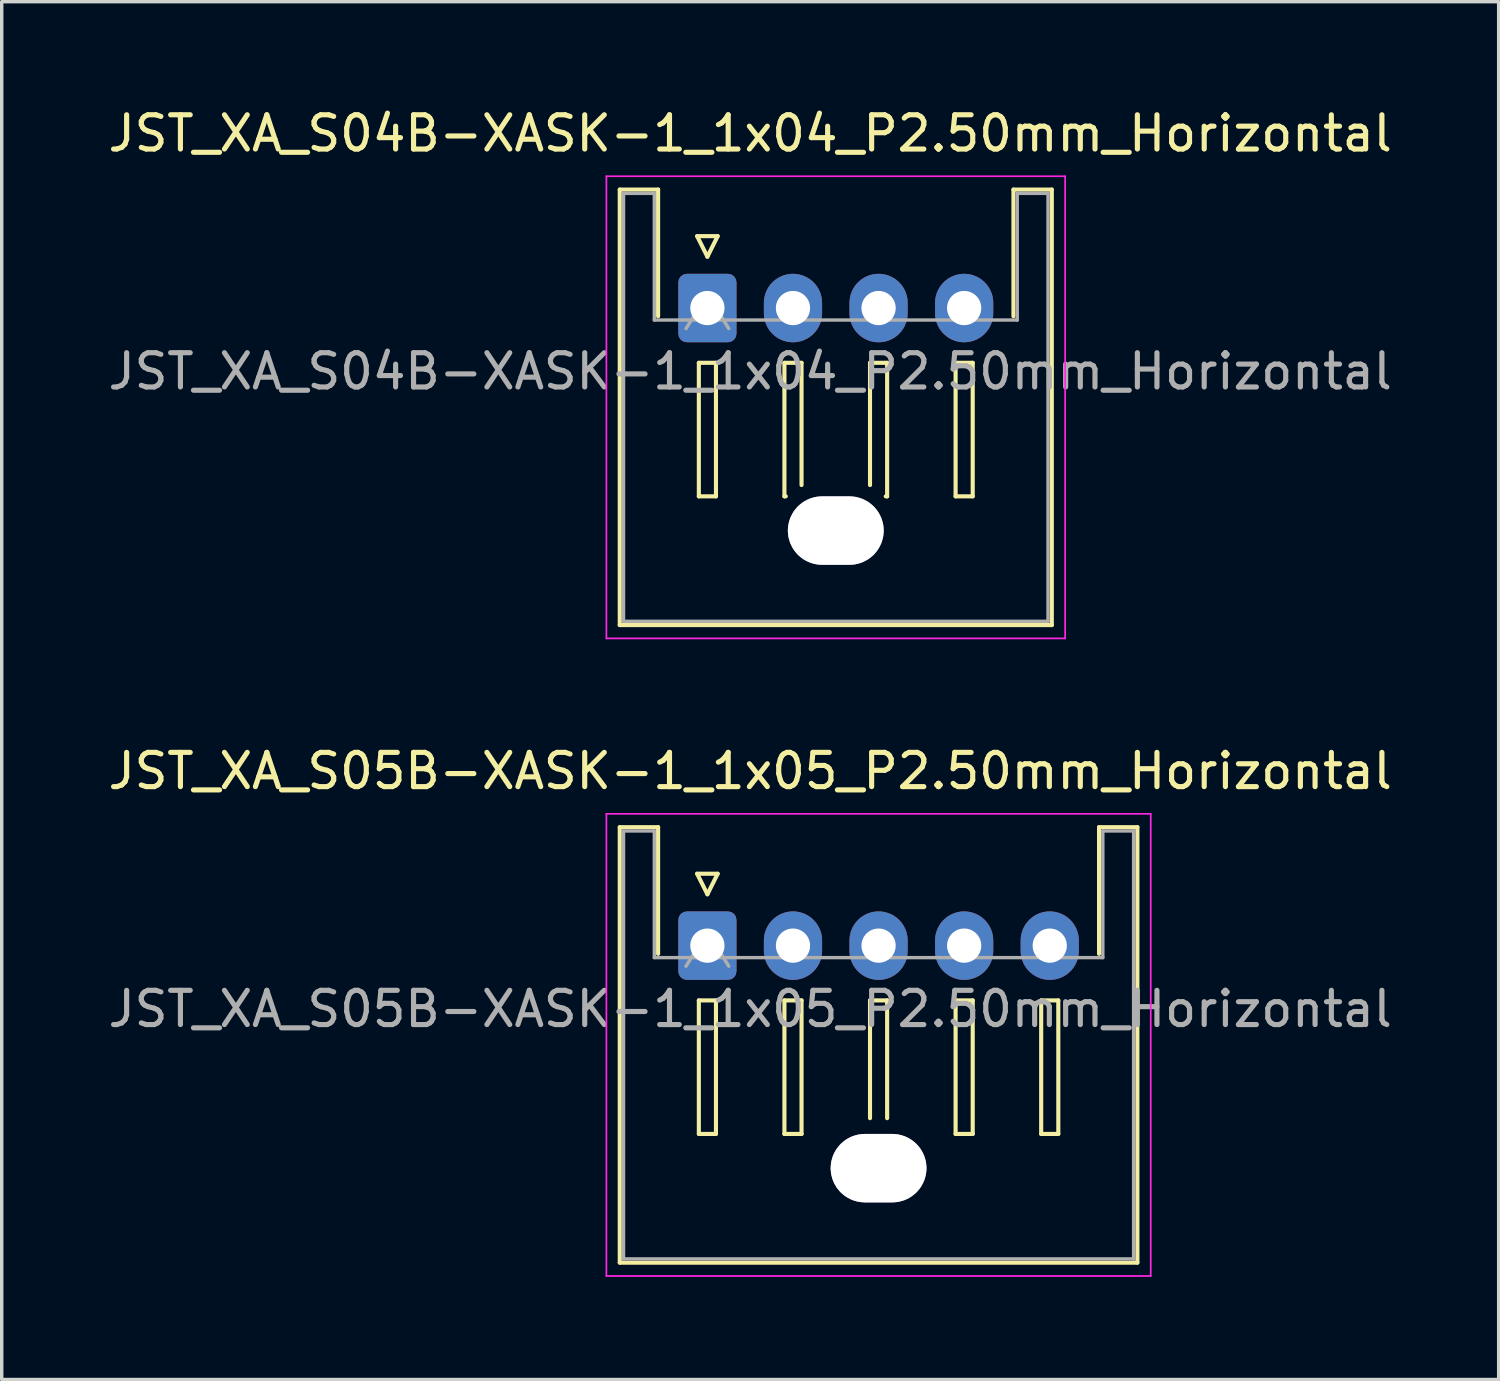
<source format=kicad_pcb>
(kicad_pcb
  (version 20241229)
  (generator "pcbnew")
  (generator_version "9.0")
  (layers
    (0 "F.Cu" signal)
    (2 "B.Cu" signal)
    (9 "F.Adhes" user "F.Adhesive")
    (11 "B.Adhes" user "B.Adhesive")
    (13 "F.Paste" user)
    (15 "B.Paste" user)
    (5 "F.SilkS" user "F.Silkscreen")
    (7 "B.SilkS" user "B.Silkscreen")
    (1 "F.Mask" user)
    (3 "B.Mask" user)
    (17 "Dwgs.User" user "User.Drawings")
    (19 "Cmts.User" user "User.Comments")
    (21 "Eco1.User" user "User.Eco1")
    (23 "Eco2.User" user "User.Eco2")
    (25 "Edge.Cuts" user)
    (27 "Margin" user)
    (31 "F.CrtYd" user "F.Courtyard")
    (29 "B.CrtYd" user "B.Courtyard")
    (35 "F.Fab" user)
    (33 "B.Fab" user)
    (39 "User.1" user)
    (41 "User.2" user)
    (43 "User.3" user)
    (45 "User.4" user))
  (footprint "JST_XA_S04B-XASK-1_1x04_P2.50mm_Horizontal"
    (layer "F.Cu")
    (at 17.613 5.948)
    (property "Reference" "JST_XA_S04B-XASK-1_1x04_P2.50mm_Horizontal" (at 1.25 -5.1 0) (layer "F.SilkS") (effects (font (size 1 1) (thickness 0.15))))
    (attr through_hole)
    (fp_line (start -2.56 -3.46) (end -1.44 -3.46) (stroke (width 0.12) (type solid)) (layer "F.SilkS"))
    (fp_line (start -2.56 9.26) (end -2.56 -3.46) (stroke (width 0.12) (type solid)) (layer "F.SilkS"))
    (fp_line (start -1.44 -3.46) (end -1.44 0.24) (stroke (width 0.12) (type solid)) (layer "F.SilkS"))
    (fp_line (start -0.3 -2.1) (end 0.3 -2.1) (stroke (width 0.12) (type solid)) (layer "F.SilkS"))
    (fp_line (start -0.25 1.6) (end -0.25 5.5) (stroke (width 0.12) (type solid)) (layer "F.SilkS"))
    (fp_line (start -0.25 5.5) (end 0.25 5.5) (stroke (width 0.12) (type solid)) (layer "F.SilkS"))
    (fp_line (start 0 -1.5) (end -0.3 -2.1) (stroke (width 0.12) (type solid)) (layer "F.SilkS"))
    (fp_line (start 0.25 1.6) (end -0.25 1.6) (stroke (width 0.12) (type solid)) (layer "F.SilkS"))
    (fp_line (start 0.25 5.5) (end 0.25 1.6) (stroke (width 0.12) (type solid)) (layer "F.SilkS"))
    (fp_line (start 0.3 -2.1) (end 0 -1.5) (stroke (width 0.12) (type solid)) (layer "F.SilkS"))
    (fp_line (start 2.25 1.6) (end 2.25 5.5) (stroke (width 0.12) (type solid)) (layer "F.SilkS"))
    (fp_line (start 2.25 5.5) (end 2.29 5.5) (stroke (width 0.12) (type solid)) (layer "F.SilkS"))
    (fp_line (start 2.75 1.6) (end 2.25 1.6) (stroke (width 0.12) (type solid)) (layer "F.SilkS"))
    (fp_line (start 2.75 5.17) (end 2.75 1.6) (stroke (width 0.12) (type solid)) (layer "F.SilkS"))
    (fp_line (start 4.75 1.6) (end 4.75 5.17) (stroke (width 0.12) (type solid)) (layer "F.SilkS"))
    (fp_line (start 5.21 5.5) (end 5.25 5.5) (stroke (width 0.12) (type solid)) (layer "F.SilkS"))
    (fp_line (start 5.25 1.6) (end 4.75 1.6) (stroke (width 0.12) (type solid)) (layer "F.SilkS"))
    (fp_line (start 5.25 5.5) (end 5.25 1.6) (stroke (width 0.12) (type solid)) (layer "F.SilkS"))
    (fp_line (start 7.25 1.6) (end 7.25 5.5) (stroke (width 0.12) (type solid)) (layer "F.SilkS"))
    (fp_line (start 7.25 5.5) (end 7.75 5.5) (stroke (width 0.12) (type solid)) (layer "F.SilkS"))
    (fp_line (start 7.75 1.6) (end 7.25 1.6) (stroke (width 0.12) (type solid)) (layer "F.SilkS"))
    (fp_line (start 7.75 5.5) (end 7.75 1.6) (stroke (width 0.12) (type solid)) (layer "F.SilkS"))
    (fp_line (start 8.94 -3.46) (end 8.94 0.24) (stroke (width 0.12) (type solid)) (layer "F.SilkS"))
    (fp_line (start 10.06 -3.46) (end 8.94 -3.46) (stroke (width 0.12) (type solid)) (layer "F.SilkS"))
    (fp_line (start 10.06 9.26) (end -2.56 9.26) (stroke (width 0.12) (type solid)) (layer "F.SilkS"))
    (fp_line (start 10.06 9.26) (end 10.06 -3.46) (stroke (width 0.12) (type solid)) (layer "F.SilkS"))
    (fp_line (start -2.95 -3.85) (end -2.95 9.65) (stroke (width 0.05) (type solid)) (layer "F.CrtYd"))
    (fp_line (start -2.95 9.65) (end 10.45 9.65) (stroke (width 0.05) (type solid)) (layer "F.CrtYd"))
    (fp_line (start 10.45 -3.85) (end -2.95 -3.85) (stroke (width 0.05) (type solid)) (layer "F.CrtYd"))
    (fp_line (start 10.45 9.65) (end 10.45 -3.85) (stroke (width 0.05) (type solid)) (layer "F.CrtYd"))
    (fp_line (start -2.45 -3.35) (end -1.55 -3.35) (stroke (width 0.1) (type solid)) (layer "F.Fab"))
    (fp_line (start -2.45 9.15) (end -2.45 -3.35) (stroke (width 0.1) (type solid)) (layer "F.Fab"))
    (fp_line (start -1.55 -3.35) (end -1.55 0.35) (stroke (width 0.1) (type solid)) (layer "F.Fab"))
    (fp_line (start -1.55 0.35) (end 9.05 0.35) (stroke (width 0.1) (type solid)) (layer "F.Fab"))
    (fp_line (start -0.625 0.6) (end 0 -0.4) (stroke (width 0.1) (type solid)) (layer "F.Fab"))
    (fp_line (start 0 -0.4) (end 0.625 0.6) (stroke (width 0.1) (type solid)) (layer "F.Fab"))
    (fp_line (start 9.05 -3.35) (end 9.05 0.35) (stroke (width 0.1) (type solid)) (layer "F.Fab"))
    (fp_line (start 9.95 -3.35) (end 9.05 -3.35) (stroke (width 0.1) (type solid)) (layer "F.Fab"))
    (fp_line (start 9.95 9.15) (end -2.45 9.15) (stroke (width 0.1) (type solid)) (layer "F.Fab"))
    (fp_line (start 9.95 9.15) (end 9.95 -3.35) (stroke (width 0.1) (type solid)) (layer "F.Fab"))
    (fp_text user "${REFERENCE}" (at 1.25 1.85 0) (layer "F.Fab") (effects (font (size 1 1) (thickness 0.15))))
    (pad "" np_thru_hole roundrect (at 3.75 6.5) (size 2.8 2) (drill oval 2.8 2) (layers "*.Cu" "*.Mask") (roundrect_rratio 0.5))
    (pad "1" thru_hole roundrect (at 0 0) (size 1.7 2) (drill 1) (layers "*.Cu" "*.Mask") (roundrect_rratio 0.147))
    (pad "2" thru_hole oval (at 2.5 0) (size 1.7 2) (drill 1) (layers "*.Cu" "*.Mask"))
    (pad "3" thru_hole oval (at 5 0) (size 1.7 2) (drill 1) (layers "*.Cu" "*.Mask"))
    (pad "4" thru_hole oval (at 7.5 0) (size 1.7 2) (drill 1) (layers "*.Cu" "*.Mask")))
  (footprint "JST_XA_S05B-XASK-1_1x05_P2.50mm_Horizontal"
    (layer "F.Cu")
    (at 17.613 24.572)
    (property "Reference" "JST_XA_S05B-XASK-1_1x05_P2.50mm_Horizontal" (at 1.25 -5.1 0) (layer "F.SilkS") (effects (font (size 1 1) (thickness 0.15))))
    (attr through_hole)
    (fp_line (start -2.56 -3.46) (end -1.44 -3.46) (stroke (width 0.12) (type solid)) (layer "F.SilkS"))
    (fp_line (start -2.56 9.26) (end -2.56 -3.46) (stroke (width 0.12) (type solid)) (layer "F.SilkS"))
    (fp_line (start -1.44 -3.46) (end -1.44 0.24) (stroke (width 0.12) (type solid)) (layer "F.SilkS"))
    (fp_line (start -0.3 -2.1) (end 0.3 -2.1) (stroke (width 0.12) (type solid)) (layer "F.SilkS"))
    (fp_line (start -0.25 1.6) (end -0.25 5.5) (stroke (width 0.12) (type solid)) (layer "F.SilkS"))
    (fp_line (start -0.25 5.5) (end 0.25 5.5) (stroke (width 0.12) (type solid)) (layer "F.SilkS"))
    (fp_line (start 0 -1.5) (end -0.3 -2.1) (stroke (width 0.12) (type solid)) (layer "F.SilkS"))
    (fp_line (start 0.25 1.6) (end -0.25 1.6) (stroke (width 0.12) (type solid)) (layer "F.SilkS"))
    (fp_line (start 0.25 5.5) (end 0.25 1.6) (stroke (width 0.12) (type solid)) (layer "F.SilkS"))
    (fp_line (start 0.3 -2.1) (end 0 -1.5) (stroke (width 0.12) (type solid)) (layer "F.SilkS"))
    (fp_line (start 2.25 1.6) (end 2.25 5.5) (stroke (width 0.12) (type solid)) (layer "F.SilkS"))
    (fp_line (start 2.25 5.5) (end 2.75 5.5) (stroke (width 0.12) (type solid)) (layer "F.SilkS"))
    (fp_line (start 2.75 1.6) (end 2.25 1.6) (stroke (width 0.12) (type solid)) (layer "F.SilkS"))
    (fp_line (start 2.75 5.5) (end 2.75 1.6) (stroke (width 0.12) (type solid)) (layer "F.SilkS"))
    (fp_line (start 4.75 1.6) (end 4.75 5.04) (stroke (width 0.12) (type solid)) (layer "F.SilkS"))
    (fp_line (start 5.25 1.6) (end 4.75 1.6) (stroke (width 0.12) (type solid)) (layer "F.SilkS"))
    (fp_line (start 5.25 5.04) (end 5.25 1.6) (stroke (width 0.12) (type solid)) (layer "F.SilkS"))
    (fp_line (start 7.25 1.6) (end 7.25 5.5) (stroke (width 0.12) (type solid)) (layer "F.SilkS"))
    (fp_line (start 7.25 5.5) (end 7.75 5.5) (stroke (width 0.12) (type solid)) (layer "F.SilkS"))
    (fp_line (start 7.75 1.6) (end 7.25 1.6) (stroke (width 0.12) (type solid)) (layer "F.SilkS"))
    (fp_line (start 7.75 5.5) (end 7.75 1.6) (stroke (width 0.12) (type solid)) (layer "F.SilkS"))
    (fp_line (start 9.75 1.6) (end 9.75 5.5) (stroke (width 0.12) (type solid)) (layer "F.SilkS"))
    (fp_line (start 9.75 5.5) (end 10.25 5.5) (stroke (width 0.12) (type solid)) (layer "F.SilkS"))
    (fp_line (start 10.25 1.6) (end 9.75 1.6) (stroke (width 0.12) (type solid)) (layer "F.SilkS"))
    (fp_line (start 10.25 5.5) (end 10.25 1.6) (stroke (width 0.12) (type solid)) (layer "F.SilkS"))
    (fp_line (start 11.44 -3.46) (end 11.44 0.24) (stroke (width 0.12) (type solid)) (layer "F.SilkS"))
    (fp_line (start 12.56 -3.46) (end 11.44 -3.46) (stroke (width 0.12) (type solid)) (layer "F.SilkS"))
    (fp_line (start 12.56 9.26) (end -2.56 9.26) (stroke (width 0.12) (type solid)) (layer "F.SilkS"))
    (fp_line (start 12.56 9.26) (end 12.56 -3.46) (stroke (width 0.12) (type solid)) (layer "F.SilkS"))
    (fp_line (start -2.95 -3.85) (end -2.95 9.65) (stroke (width 0.05) (type solid)) (layer "F.CrtYd"))
    (fp_line (start -2.95 9.65) (end 12.95 9.65) (stroke (width 0.05) (type solid)) (layer "F.CrtYd"))
    (fp_line (start 12.95 -3.85) (end -2.95 -3.85) (stroke (width 0.05) (type solid)) (layer "F.CrtYd"))
    (fp_line (start 12.95 9.65) (end 12.95 -3.85) (stroke (width 0.05) (type solid)) (layer "F.CrtYd"))
    (fp_line (start -2.45 -3.35) (end -1.55 -3.35) (stroke (width 0.1) (type solid)) (layer "F.Fab"))
    (fp_line (start -2.45 9.15) (end -2.45 -3.35) (stroke (width 0.1) (type solid)) (layer "F.Fab"))
    (fp_line (start -1.55 -3.35) (end -1.55 0.35) (stroke (width 0.1) (type solid)) (layer "F.Fab"))
    (fp_line (start -1.55 0.35) (end 11.55 0.35) (stroke (width 0.1) (type solid)) (layer "F.Fab"))
    (fp_line (start -0.625 0.6) (end 0 -0.4) (stroke (width 0.1) (type solid)) (layer "F.Fab"))
    (fp_line (start 0 -0.4) (end 0.625 0.6) (stroke (width 0.1) (type solid)) (layer "F.Fab"))
    (fp_line (start 11.55 -3.35) (end 11.55 0.35) (stroke (width 0.1) (type solid)) (layer "F.Fab"))
    (fp_line (start 12.45 -3.35) (end 11.55 -3.35) (stroke (width 0.1) (type solid)) (layer "F.Fab"))
    (fp_line (start 12.45 9.15) (end -2.45 9.15) (stroke (width 0.1) (type solid)) (layer "F.Fab"))
    (fp_line (start 12.45 9.15) (end 12.45 -3.35) (stroke (width 0.1) (type solid)) (layer "F.Fab"))
    (fp_text user "${REFERENCE}" (at 1.25 1.85 0) (layer "F.Fab") (effects (font (size 1 1) (thickness 0.15))))
    (pad "" np_thru_hole roundrect (at 5 6.5) (size 2.8 2) (drill oval 2.8 2) (layers "*.Cu" "*.Mask") (roundrect_rratio 0.5))
    (pad "1" thru_hole roundrect (at 0 0) (size 1.7 2) (drill 1) (layers "*.Cu" "*.Mask") (roundrect_rratio 0.147))
    (pad "2" thru_hole oval (at 2.5 0) (size 1.7 2) (drill 1) (layers "*.Cu" "*.Mask"))
    (pad "3" thru_hole oval (at 5 0) (size 1.7 2) (drill 1) (layers "*.Cu" "*.Mask"))
    (pad "4" thru_hole oval (at 7.5 0) (size 1.7 2) (drill 1) (layers "*.Cu" "*.Mask"))
    (pad "5" thru_hole oval (at 10 0) (size 1.7 2) (drill 1) (layers "*.Cu" "*.Mask")))
  (gr_rect
    (start -3 -3)
    (end 40.726 37.246)
    (stroke (width 0.1) (type default))
    (fill no)
    (layer "Edge.Cuts")))
</source>
